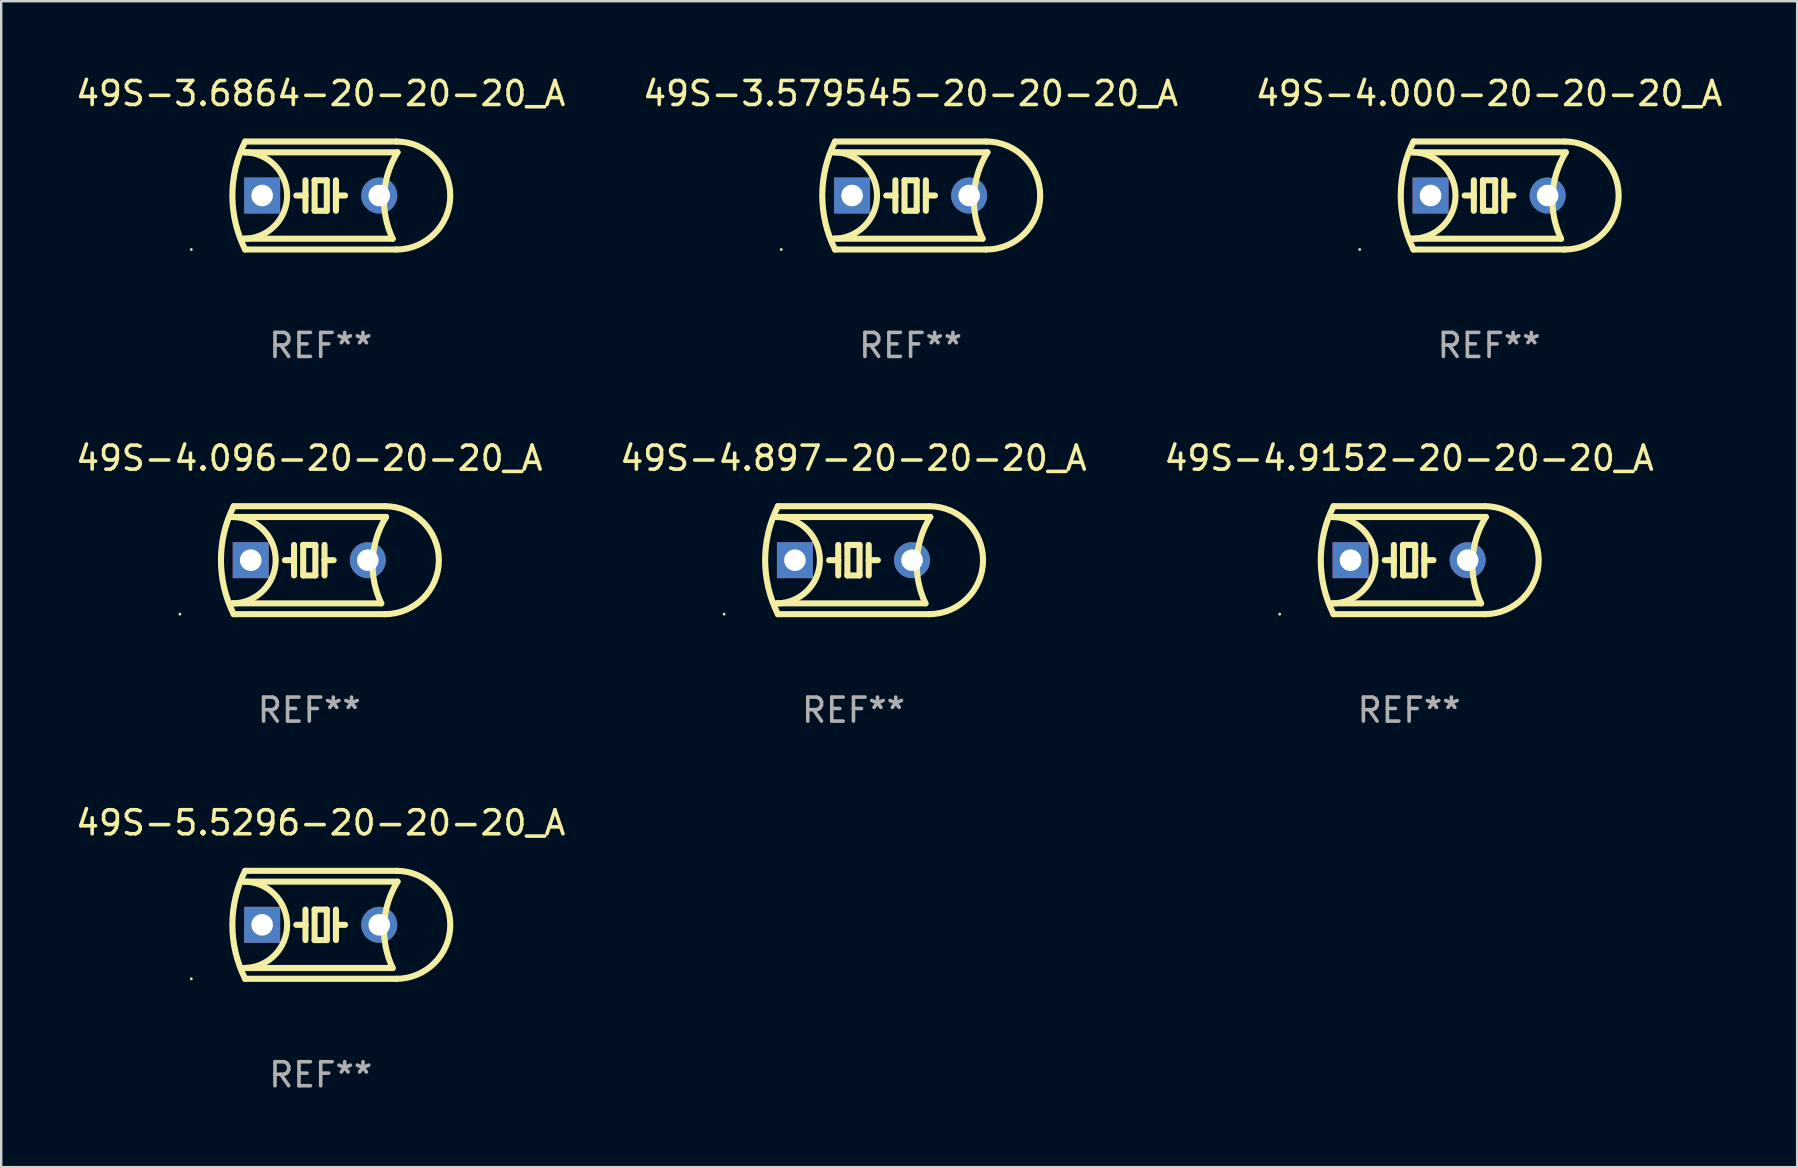
<source format=kicad_pcb>
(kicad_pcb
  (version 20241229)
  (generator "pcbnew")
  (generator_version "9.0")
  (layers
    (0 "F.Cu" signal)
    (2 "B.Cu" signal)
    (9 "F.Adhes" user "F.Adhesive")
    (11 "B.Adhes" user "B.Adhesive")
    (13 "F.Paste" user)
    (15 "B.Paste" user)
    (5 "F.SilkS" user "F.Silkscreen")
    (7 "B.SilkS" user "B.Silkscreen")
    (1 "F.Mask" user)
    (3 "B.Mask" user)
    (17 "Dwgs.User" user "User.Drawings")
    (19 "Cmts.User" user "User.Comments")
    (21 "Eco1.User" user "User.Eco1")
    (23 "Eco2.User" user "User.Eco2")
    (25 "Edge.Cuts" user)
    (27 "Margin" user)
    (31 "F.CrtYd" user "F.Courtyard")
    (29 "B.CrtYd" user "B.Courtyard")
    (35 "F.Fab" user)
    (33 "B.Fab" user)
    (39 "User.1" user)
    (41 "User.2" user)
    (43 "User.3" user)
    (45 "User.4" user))
  (footprint "49S-4.000-20-20-20_A"
    (layer "F.Cu")
    (at 59.006 5.098)
    (property "Reference" "49S-4.000-20-20-20_A" (at 0 -4.25 0) (layer "F.SilkS") (effects (font (size 1 1) (thickness 0.15))))
    (attr through_hole)
    (fp_line (start -3.2 -1.8) (end 3.2 -1.8) (stroke (width 0.254) (type solid)) (layer "F.SilkS"))
    (fp_line (start -3.15 2.25) (end 3.15 2.25) (stroke (width 0.254) (type solid)) (layer "F.SilkS"))
    (fp_line (start -0.635 -0.635) (end -0.635 0) (stroke (width 0.254) (type solid)) (layer "F.SilkS"))
    (fp_line (start -0.635 0) (end -1.016 0) (stroke (width 0.254) (type solid)) (layer "F.SilkS"))
    (fp_line (start -0.635 0) (end -0.635 0.635) (stroke (width 0.254) (type solid)) (layer "F.SilkS"))
    (fp_line (start -0.254 -0.635) (end -0.254 0.635) (stroke (width 0.254) (type solid)) (layer "F.SilkS"))
    (fp_line (start -0.254 0.635) (end 0.254 0.635) (stroke (width 0.254) (type solid)) (layer "F.SilkS"))
    (fp_line (start 0.254 -0.635) (end -0.254 -0.635) (stroke (width 0.254) (type solid)) (layer "F.SilkS"))
    (fp_line (start 0.254 0.635) (end 0.254 -0.635) (stroke (width 0.254) (type solid)) (layer "F.SilkS"))
    (fp_line (start 0.635 -0.635) (end 0.635 0) (stroke (width 0.254) (type solid)) (layer "F.SilkS"))
    (fp_line (start 0.635 0) (end 0.635 0.635) (stroke (width 0.254) (type solid)) (layer "F.SilkS"))
    (fp_line (start 0.635 0) (end 1.016 0) (stroke (width 0.254) (type solid)) (layer "F.SilkS"))
    (fp_line (start 3 1.8) (end -3.2 1.8) (stroke (width 0.254) (type solid)) (layer "F.SilkS"))
    (fp_line (start 3.15 -2.25) (end -3.15 -2.25) (stroke (width 0.254) (type solid)) (layer "F.SilkS"))
    (fp_arc (start -3.200406 -1.800864) (mid -1.399974 -0.000635) (end -3.2 1.8) (stroke (width 0.254001) (type solid)) (layer "F.SilkS"))
    (fp_arc (start -3.149606 2.250444) (mid -3.680941 0.000261) (end -3.149987 -2.250013) (stroke (width 0.254001) (type solid)) (layer "F.SilkS"))
    (fp_arc (start 2.999746 1.800863) (mid 2.642982 -0.024977) (end 3.2 -1.8) (stroke (width 0.254001) (type solid)) (layer "F.SilkS"))
    (fp_arc (start 3.149607 -2.250445) (mid 5.399848 -0.000406) (end 3.149987 2.250013) (stroke (width 0.254001) (type solid)) (layer "F.SilkS"))
    (fp_circle (center -5.392 2.25) (end -5.362 2.25) (stroke (width 0.06) (type solid)) (fill no) (layer "F.SilkS"))
    (fp_text user "REF**" (at 0 6.25 0) (layer "F.Fab") (effects (font (size 1 1) (thickness 0.15))))
    (pad "1" thru_hole rect (at -2.44 0) (size 1.5 1.5) (drill 0.9) (layers "*.Cu" "*.Mask"))
    (pad "2" thru_hole circle (at 2.44 0) (size 1.5 1.5) (drill 0.9) (layers "*.Cu" "*.Mask")))
  (footprint "49S-5.5296-20-20-20_A"
    (layer "F.Cu")
    (at 10.315 35.491)
    (property "Reference" "49S-5.5296-20-20-20_A" (at 0 -4.25 0) (layer "F.SilkS") (effects (font (size 1 1) (thickness 0.15))))
    (attr through_hole)
    (fp_line (start -3.2 -1.8) (end 3.2 -1.8) (stroke (width 0.254) (type solid)) (layer "F.SilkS"))
    (fp_line (start -3.15 2.25) (end 3.15 2.25) (stroke (width 0.254) (type solid)) (layer "F.SilkS"))
    (fp_line (start -0.635 -0.635) (end -0.635 0) (stroke (width 0.254) (type solid)) (layer "F.SilkS"))
    (fp_line (start -0.635 0) (end -1.016 0) (stroke (width 0.254) (type solid)) (layer "F.SilkS"))
    (fp_line (start -0.635 0) (end -0.635 0.635) (stroke (width 0.254) (type solid)) (layer "F.SilkS"))
    (fp_line (start -0.254 -0.635) (end -0.254 0.635) (stroke (width 0.254) (type solid)) (layer "F.SilkS"))
    (fp_line (start -0.254 0.635) (end 0.254 0.635) (stroke (width 0.254) (type solid)) (layer "F.SilkS"))
    (fp_line (start 0.254 -0.635) (end -0.254 -0.635) (stroke (width 0.254) (type solid)) (layer "F.SilkS"))
    (fp_line (start 0.254 0.635) (end 0.254 -0.635) (stroke (width 0.254) (type solid)) (layer "F.SilkS"))
    (fp_line (start 0.635 -0.635) (end 0.635 0) (stroke (width 0.254) (type solid)) (layer "F.SilkS"))
    (fp_line (start 0.635 0) (end 0.635 0.635) (stroke (width 0.254) (type solid)) (layer "F.SilkS"))
    (fp_line (start 0.635 0) (end 1.016 0) (stroke (width 0.254) (type solid)) (layer "F.SilkS"))
    (fp_line (start 3 1.8) (end -3.2 1.8) (stroke (width 0.254) (type solid)) (layer "F.SilkS"))
    (fp_line (start 3.15 -2.25) (end -3.15 -2.25) (stroke (width 0.254) (type solid)) (layer "F.SilkS"))
    (fp_arc (start -3.200406 -1.800864) (mid -1.399974 -0.000635) (end -3.2 1.8) (stroke (width 0.254001) (type solid)) (layer "F.SilkS"))
    (fp_arc (start -3.149606 2.250444) (mid -3.680941 0.000261) (end -3.149987 -2.250013) (stroke (width 0.254001) (type solid)) (layer "F.SilkS"))
    (fp_arc (start 2.999746 1.800863) (mid 2.642982 -0.024977) (end 3.2 -1.8) (stroke (width 0.254001) (type solid)) (layer "F.SilkS"))
    (fp_arc (start 3.149607 -2.250445) (mid 5.399848 -0.000406) (end 3.149987 2.250013) (stroke (width 0.254001) (type solid)) (layer "F.SilkS"))
    (fp_circle (center -5.392 2.25) (end -5.362 2.25) (stroke (width 0.06) (type solid)) (fill no) (layer "F.SilkS"))
    (fp_text user "REF**" (at 0 6.25 0) (layer "F.Fab") (effects (font (size 1 1) (thickness 0.15))))
    (pad "1" thru_hole rect (at -2.44 0) (size 1.5 1.5) (drill 0.9) (layers "*.Cu" "*.Mask"))
    (pad "2" thru_hole circle (at 2.44 0) (size 1.5 1.5) (drill 0.9) (layers "*.Cu" "*.Mask")))
  (footprint "49S-3.579545-20-20-20_A"
    (layer "F.Cu")
    (at 34.899 5.098)
    (property "Reference" "49S-3.579545-20-20-20_A" (at 0 -4.25 0) (layer "F.SilkS") (effects (font (size 1 1) (thickness 0.15))))
    (attr through_hole)
    (fp_line (start -3.2 -1.8) (end 3.2 -1.8) (stroke (width 0.254) (type solid)) (layer "F.SilkS"))
    (fp_line (start -3.15 2.25) (end 3.15 2.25) (stroke (width 0.254) (type solid)) (layer "F.SilkS"))
    (fp_line (start -0.635 -0.635) (end -0.635 0) (stroke (width 0.254) (type solid)) (layer "F.SilkS"))
    (fp_line (start -0.635 0) (end -1.016 0) (stroke (width 0.254) (type solid)) (layer "F.SilkS"))
    (fp_line (start -0.635 0) (end -0.635 0.635) (stroke (width 0.254) (type solid)) (layer "F.SilkS"))
    (fp_line (start -0.254 -0.635) (end -0.254 0.635) (stroke (width 0.254) (type solid)) (layer "F.SilkS"))
    (fp_line (start -0.254 0.635) (end 0.254 0.635) (stroke (width 0.254) (type solid)) (layer "F.SilkS"))
    (fp_line (start 0.254 -0.635) (end -0.254 -0.635) (stroke (width 0.254) (type solid)) (layer "F.SilkS"))
    (fp_line (start 0.254 0.635) (end 0.254 -0.635) (stroke (width 0.254) (type solid)) (layer "F.SilkS"))
    (fp_line (start 0.635 -0.635) (end 0.635 0) (stroke (width 0.254) (type solid)) (layer "F.SilkS"))
    (fp_line (start 0.635 0) (end 0.635 0.635) (stroke (width 0.254) (type solid)) (layer "F.SilkS"))
    (fp_line (start 0.635 0) (end 1.016 0) (stroke (width 0.254) (type solid)) (layer "F.SilkS"))
    (fp_line (start 3 1.8) (end -3.2 1.8) (stroke (width 0.254) (type solid)) (layer "F.SilkS"))
    (fp_line (start 3.15 -2.25) (end -3.15 -2.25) (stroke (width 0.254) (type solid)) (layer "F.SilkS"))
    (fp_arc (start -3.200406 -1.800864) (mid -1.399974 -0.000635) (end -3.2 1.8) (stroke (width 0.254001) (type solid)) (layer "F.SilkS"))
    (fp_arc (start -3.149606 2.250444) (mid -3.680941 0.000261) (end -3.149987 -2.250013) (stroke (width 0.254001) (type solid)) (layer "F.SilkS"))
    (fp_arc (start 2.999746 1.800863) (mid 2.642982 -0.024977) (end 3.2 -1.8) (stroke (width 0.254001) (type solid)) (layer "F.SilkS"))
    (fp_arc (start 3.149607 -2.250445) (mid 5.399848 -0.000406) (end 3.149987 2.250013) (stroke (width 0.254001) (type solid)) (layer "F.SilkS"))
    (fp_circle (center -5.392 2.25) (end -5.362 2.25) (stroke (width 0.06) (type solid)) (fill no) (layer "F.SilkS"))
    (fp_text user "REF**" (at 0 6.25 0) (layer "F.Fab") (effects (font (size 1 1) (thickness 0.15))))
    (pad "1" thru_hole rect (at -2.44 0) (size 1.5 1.5) (drill 0.9) (layers "*.Cu" "*.Mask"))
    (pad "2" thru_hole circle (at 2.44 0) (size 1.5 1.5) (drill 0.9) (layers "*.Cu" "*.Mask")))
  (footprint "49S-4.897-20-20-20_A"
    (layer "F.Cu")
    (at 32.518 20.295)
    (property "Reference" "49S-4.897-20-20-20_A" (at 0 -4.25 0) (layer "F.SilkS") (effects (font (size 1 1) (thickness 0.15))))
    (attr through_hole)
    (fp_line (start -3.2 -1.8) (end 3.2 -1.8) (stroke (width 0.254) (type solid)) (layer "F.SilkS"))
    (fp_line (start -3.15 2.25) (end 3.15 2.25) (stroke (width 0.254) (type solid)) (layer "F.SilkS"))
    (fp_line (start -0.635 -0.635) (end -0.635 0) (stroke (width 0.254) (type solid)) (layer "F.SilkS"))
    (fp_line (start -0.635 0) (end -1.016 0) (stroke (width 0.254) (type solid)) (layer "F.SilkS"))
    (fp_line (start -0.635 0) (end -0.635 0.635) (stroke (width 0.254) (type solid)) (layer "F.SilkS"))
    (fp_line (start -0.254 -0.635) (end -0.254 0.635) (stroke (width 0.254) (type solid)) (layer "F.SilkS"))
    (fp_line (start -0.254 0.635) (end 0.254 0.635) (stroke (width 0.254) (type solid)) (layer "F.SilkS"))
    (fp_line (start 0.254 -0.635) (end -0.254 -0.635) (stroke (width 0.254) (type solid)) (layer "F.SilkS"))
    (fp_line (start 0.254 0.635) (end 0.254 -0.635) (stroke (width 0.254) (type solid)) (layer "F.SilkS"))
    (fp_line (start 0.635 -0.635) (end 0.635 0) (stroke (width 0.254) (type solid)) (layer "F.SilkS"))
    (fp_line (start 0.635 0) (end 0.635 0.635) (stroke (width 0.254) (type solid)) (layer "F.SilkS"))
    (fp_line (start 0.635 0) (end 1.016 0) (stroke (width 0.254) (type solid)) (layer "F.SilkS"))
    (fp_line (start 3 1.8) (end -3.2 1.8) (stroke (width 0.254) (type solid)) (layer "F.SilkS"))
    (fp_line (start 3.15 -2.25) (end -3.15 -2.25) (stroke (width 0.254) (type solid)) (layer "F.SilkS"))
    (fp_arc (start -3.200406 -1.800864) (mid -1.399974 -0.000635) (end -3.2 1.8) (stroke (width 0.254001) (type solid)) (layer "F.SilkS"))
    (fp_arc (start -3.149606 2.250444) (mid -3.680941 0.000261) (end -3.149987 -2.250013) (stroke (width 0.254001) (type solid)) (layer "F.SilkS"))
    (fp_arc (start 2.999746 1.800863) (mid 2.642982 -0.024977) (end 3.2 -1.8) (stroke (width 0.254001) (type solid)) (layer "F.SilkS"))
    (fp_arc (start 3.149607 -2.250445) (mid 5.399848 -0.000406) (end 3.149987 2.250013) (stroke (width 0.254001) (type solid)) (layer "F.SilkS"))
    (fp_circle (center -5.392 2.25) (end -5.362 2.25) (stroke (width 0.06) (type solid)) (fill no) (layer "F.SilkS"))
    (fp_text user "REF**" (at 0 6.25 0) (layer "F.Fab") (effects (font (size 1 1) (thickness 0.15))))
    (pad "1" thru_hole rect (at -2.44 0) (size 1.5 1.5) (drill 0.9) (layers "*.Cu" "*.Mask"))
    (pad "2" thru_hole circle (at 2.44 0) (size 1.5 1.5) (drill 0.9) (layers "*.Cu" "*.Mask")))
  (footprint "49S-4.9152-20-20-20_A"
    (layer "F.Cu")
    (at 55.673 20.295)
    (property "Reference" "49S-4.9152-20-20-20_A" (at 0 -4.25 0) (layer "F.SilkS") (effects (font (size 1 1) (thickness 0.15))))
    (attr through_hole)
    (fp_line (start -3.2 -1.8) (end 3.2 -1.8) (stroke (width 0.254) (type solid)) (layer "F.SilkS"))
    (fp_line (start -3.15 2.25) (end 3.15 2.25) (stroke (width 0.254) (type solid)) (layer "F.SilkS"))
    (fp_line (start -0.635 -0.635) (end -0.635 0) (stroke (width 0.254) (type solid)) (layer "F.SilkS"))
    (fp_line (start -0.635 0) (end -1.016 0) (stroke (width 0.254) (type solid)) (layer "F.SilkS"))
    (fp_line (start -0.635 0) (end -0.635 0.635) (stroke (width 0.254) (type solid)) (layer "F.SilkS"))
    (fp_line (start -0.254 -0.635) (end -0.254 0.635) (stroke (width 0.254) (type solid)) (layer "F.SilkS"))
    (fp_line (start -0.254 0.635) (end 0.254 0.635) (stroke (width 0.254) (type solid)) (layer "F.SilkS"))
    (fp_line (start 0.254 -0.635) (end -0.254 -0.635) (stroke (width 0.254) (type solid)) (layer "F.SilkS"))
    (fp_line (start 0.254 0.635) (end 0.254 -0.635) (stroke (width 0.254) (type solid)) (layer "F.SilkS"))
    (fp_line (start 0.635 -0.635) (end 0.635 0) (stroke (width 0.254) (type solid)) (layer "F.SilkS"))
    (fp_line (start 0.635 0) (end 0.635 0.635) (stroke (width 0.254) (type solid)) (layer "F.SilkS"))
    (fp_line (start 0.635 0) (end 1.016 0) (stroke (width 0.254) (type solid)) (layer "F.SilkS"))
    (fp_line (start 3 1.8) (end -3.2 1.8) (stroke (width 0.254) (type solid)) (layer "F.SilkS"))
    (fp_line (start 3.15 -2.25) (end -3.15 -2.25) (stroke (width 0.254) (type solid)) (layer "F.SilkS"))
    (fp_arc (start -3.200406 -1.800864) (mid -1.399974 -0.000635) (end -3.2 1.8) (stroke (width 0.254001) (type solid)) (layer "F.SilkS"))
    (fp_arc (start -3.149606 2.250444) (mid -3.680941 0.000261) (end -3.149987 -2.250013) (stroke (width 0.254001) (type solid)) (layer "F.SilkS"))
    (fp_arc (start 2.999746 1.800863) (mid 2.642982 -0.024977) (end 3.2 -1.8) (stroke (width 0.254001) (type solid)) (layer "F.SilkS"))
    (fp_arc (start 3.149607 -2.250445) (mid 5.399848 -0.000406) (end 3.149987 2.250013) (stroke (width 0.254001) (type solid)) (layer "F.SilkS"))
    (fp_circle (center -5.392 2.25) (end -5.362 2.25) (stroke (width 0.06) (type solid)) (fill no) (layer "F.SilkS"))
    (fp_text user "REF**" (at 0 6.25 0) (layer "F.Fab") (effects (font (size 1 1) (thickness 0.15))))
    (pad "1" thru_hole rect (at -2.44 0) (size 1.5 1.5) (drill 0.9) (layers "*.Cu" "*.Mask"))
    (pad "2" thru_hole circle (at 2.44 0) (size 1.5 1.5) (drill 0.9) (layers "*.Cu" "*.Mask")))
  (footprint "49S-4.096-20-20-20_A"
    (layer "F.Cu")
    (at 9.839 20.295)
    (property "Reference" "49S-4.096-20-20-20_A" (at 0 -4.25 0) (layer "F.SilkS") (effects (font (size 1 1) (thickness 0.15))))
    (attr through_hole)
    (fp_line (start -3.2 -1.8) (end 3.2 -1.8) (stroke (width 0.254) (type solid)) (layer "F.SilkS"))
    (fp_line (start -3.15 2.25) (end 3.15 2.25) (stroke (width 0.254) (type solid)) (layer "F.SilkS"))
    (fp_line (start -0.635 -0.635) (end -0.635 0) (stroke (width 0.254) (type solid)) (layer "F.SilkS"))
    (fp_line (start -0.635 0) (end -1.016 0) (stroke (width 0.254) (type solid)) (layer "F.SilkS"))
    (fp_line (start -0.635 0) (end -0.635 0.635) (stroke (width 0.254) (type solid)) (layer "F.SilkS"))
    (fp_line (start -0.254 -0.635) (end -0.254 0.635) (stroke (width 0.254) (type solid)) (layer "F.SilkS"))
    (fp_line (start -0.254 0.635) (end 0.254 0.635) (stroke (width 0.254) (type solid)) (layer "F.SilkS"))
    (fp_line (start 0.254 -0.635) (end -0.254 -0.635) (stroke (width 0.254) (type solid)) (layer "F.SilkS"))
    (fp_line (start 0.254 0.635) (end 0.254 -0.635) (stroke (width 0.254) (type solid)) (layer "F.SilkS"))
    (fp_line (start 0.635 -0.635) (end 0.635 0) (stroke (width 0.254) (type solid)) (layer "F.SilkS"))
    (fp_line (start 0.635 0) (end 0.635 0.635) (stroke (width 0.254) (type solid)) (layer "F.SilkS"))
    (fp_line (start 0.635 0) (end 1.016 0) (stroke (width 0.254) (type solid)) (layer "F.SilkS"))
    (fp_line (start 3 1.8) (end -3.2 1.8) (stroke (width 0.254) (type solid)) (layer "F.SilkS"))
    (fp_line (start 3.15 -2.25) (end -3.15 -2.25) (stroke (width 0.254) (type solid)) (layer "F.SilkS"))
    (fp_arc (start -3.200406 -1.800864) (mid -1.399974 -0.000635) (end -3.2 1.8) (stroke (width 0.254001) (type solid)) (layer "F.SilkS"))
    (fp_arc (start -3.149606 2.250444) (mid -3.680941 0.000261) (end -3.149987 -2.250013) (stroke (width 0.254001) (type solid)) (layer "F.SilkS"))
    (fp_arc (start 2.999746 1.800863) (mid 2.642982 -0.024977) (end 3.2 -1.8) (stroke (width 0.254001) (type solid)) (layer "F.SilkS"))
    (fp_arc (start 3.149607 -2.250445) (mid 5.399848 -0.000406) (end 3.149987 2.250013) (stroke (width 0.254001) (type solid)) (layer "F.SilkS"))
    (fp_circle (center -5.392 2.25) (end -5.362 2.25) (stroke (width 0.06) (type solid)) (fill no) (layer "F.SilkS"))
    (fp_text user "REF**" (at 0 6.25 0) (layer "F.Fab") (effects (font (size 1 1) (thickness 0.15))))
    (pad "1" thru_hole rect (at -2.44 0) (size 1.5 1.5) (drill 0.9) (layers "*.Cu" "*.Mask"))
    (pad "2" thru_hole circle (at 2.44 0) (size 1.5 1.5) (drill 0.9) (layers "*.Cu" "*.Mask")))
  (footprint "49S-3.6864-20-20-20_A"
    (layer "F.Cu")
    (at 10.315 5.098)
    (property "Reference" "49S-3.6864-20-20-20_A" (at 0 -4.25 0) (layer "F.SilkS") (effects (font (size 1 1) (thickness 0.15))))
    (attr through_hole)
    (fp_line (start -3.2 -1.8) (end 3.2 -1.8) (stroke (width 0.254) (type solid)) (layer "F.SilkS"))
    (fp_line (start -3.15 2.25) (end 3.15 2.25) (stroke (width 0.254) (type solid)) (layer "F.SilkS"))
    (fp_line (start -0.635 -0.635) (end -0.635 0) (stroke (width 0.254) (type solid)) (layer "F.SilkS"))
    (fp_line (start -0.635 0) (end -1.016 0) (stroke (width 0.254) (type solid)) (layer "F.SilkS"))
    (fp_line (start -0.635 0) (end -0.635 0.635) (stroke (width 0.254) (type solid)) (layer "F.SilkS"))
    (fp_line (start -0.254 -0.635) (end -0.254 0.635) (stroke (width 0.254) (type solid)) (layer "F.SilkS"))
    (fp_line (start -0.254 0.635) (end 0.254 0.635) (stroke (width 0.254) (type solid)) (layer "F.SilkS"))
    (fp_line (start 0.254 -0.635) (end -0.254 -0.635) (stroke (width 0.254) (type solid)) (layer "F.SilkS"))
    (fp_line (start 0.254 0.635) (end 0.254 -0.635) (stroke (width 0.254) (type solid)) (layer "F.SilkS"))
    (fp_line (start 0.635 -0.635) (end 0.635 0) (stroke (width 0.254) (type solid)) (layer "F.SilkS"))
    (fp_line (start 0.635 0) (end 0.635 0.635) (stroke (width 0.254) (type solid)) (layer "F.SilkS"))
    (fp_line (start 0.635 0) (end 1.016 0) (stroke (width 0.254) (type solid)) (layer "F.SilkS"))
    (fp_line (start 3 1.8) (end -3.2 1.8) (stroke (width 0.254) (type solid)) (layer "F.SilkS"))
    (fp_line (start 3.15 -2.25) (end -3.15 -2.25) (stroke (width 0.254) (type solid)) (layer "F.SilkS"))
    (fp_arc (start -3.200406 -1.800864) (mid -1.399974 -0.000635) (end -3.2 1.8) (stroke (width 0.254001) (type solid)) (layer "F.SilkS"))
    (fp_arc (start -3.149606 2.250444) (mid -3.680941 0.000261) (end -3.149987 -2.250013) (stroke (width 0.254001) (type solid)) (layer "F.SilkS"))
    (fp_arc (start 2.999746 1.800863) (mid 2.642982 -0.024977) (end 3.2 -1.8) (stroke (width 0.254001) (type solid)) (layer "F.SilkS"))
    (fp_arc (start 3.149607 -2.250445) (mid 5.399848 -0.000406) (end 3.149987 2.250013) (stroke (width 0.254001) (type solid)) (layer "F.SilkS"))
    (fp_circle (center -5.392 2.25) (end -5.362 2.25) (stroke (width 0.06) (type solid)) (fill no) (layer "F.SilkS"))
    (fp_text user "REF**" (at 0 6.25 0) (layer "F.Fab") (effects (font (size 1 1) (thickness 0.15))))
    (pad "1" thru_hole rect (at -2.44 0) (size 1.5 1.5) (drill 0.9) (layers "*.Cu" "*.Mask"))
    (pad "2" thru_hole circle (at 2.44 0) (size 1.5 1.5) (drill 0.9) (layers "*.Cu" "*.Mask")))
  (gr_rect
    (start -3 -3)
    (end 71.845 45.59)
    (stroke (width 0.1) (type default))
    (fill no)
    (layer "Edge.Cuts")))
</source>
